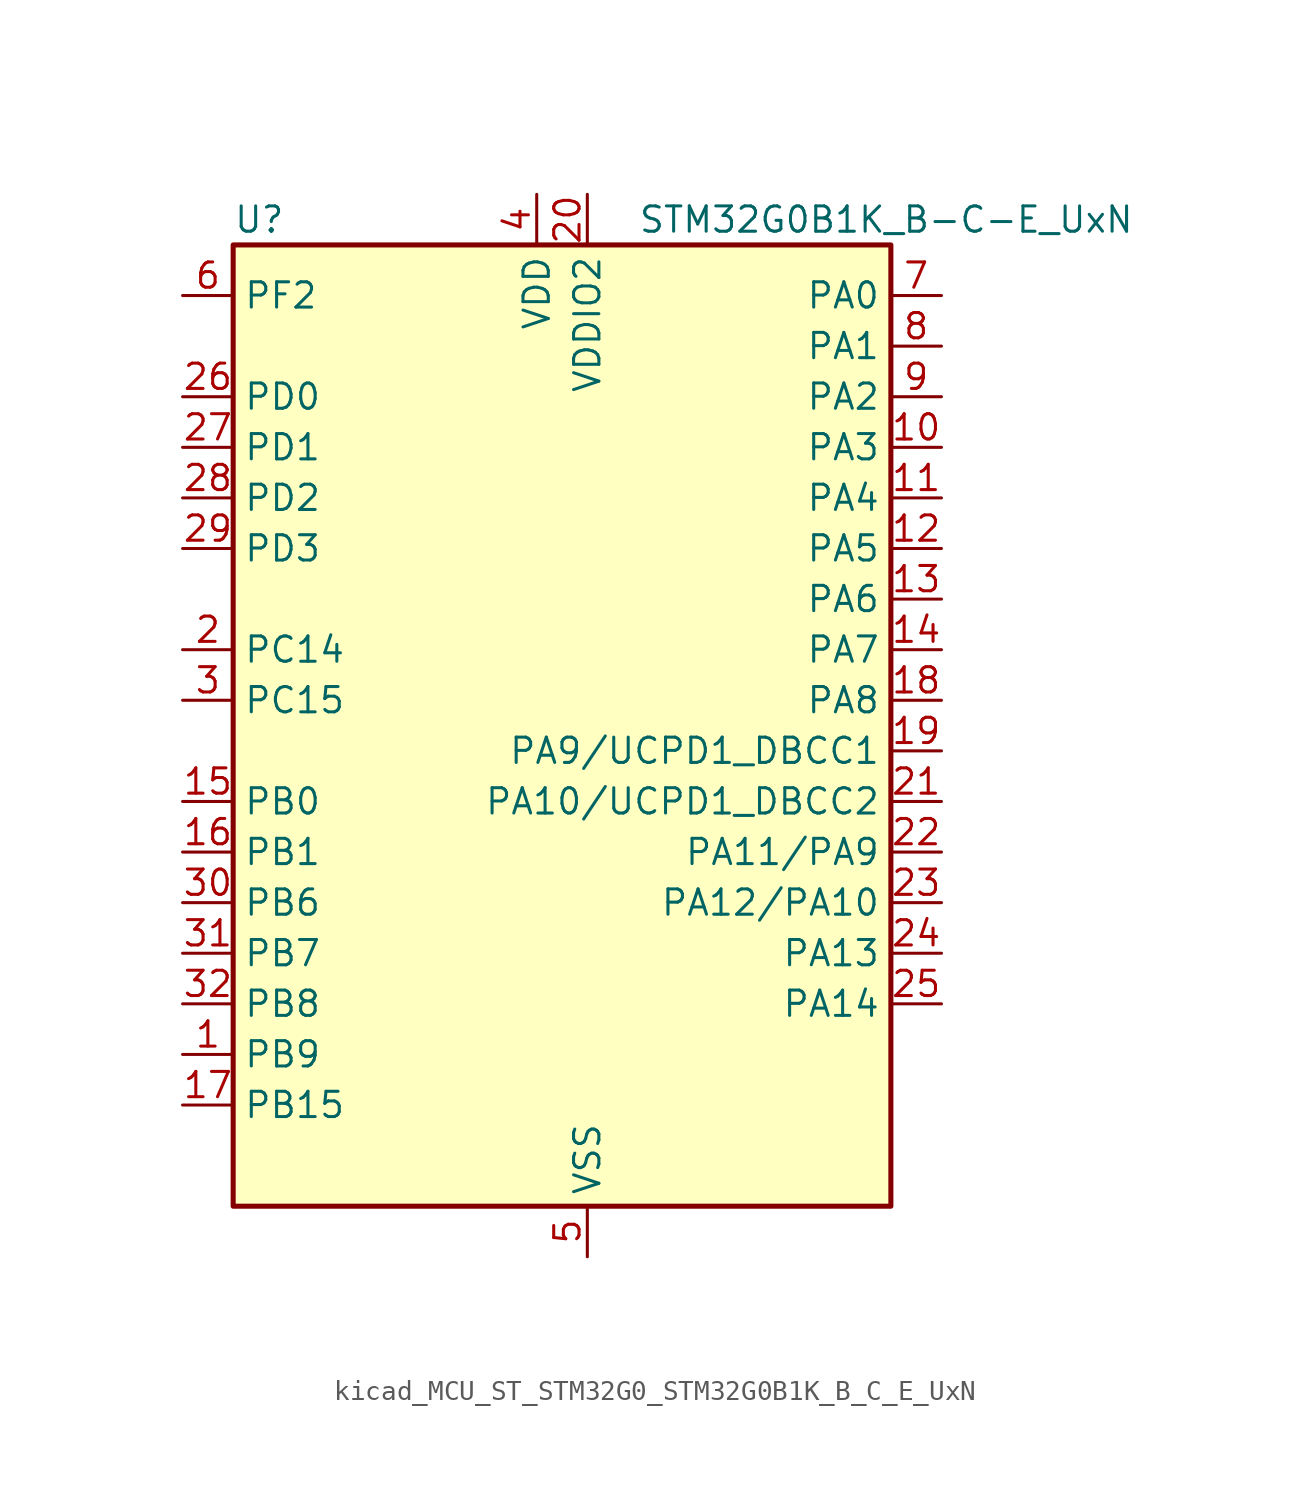
<source format=kicad_sym>
(kicad_symbol_lib
  (version 20220914)
  (generator kicad_symbol_editor)
  (symbol "kicad_MCU_ST_STM32G0_STM32G0B1K_B_C_E_UxN"
    (property "Reference" "U"
      (at -15.24 26.67 0)
      (effects (font (size 1.27 1.27)) (justify left)))
    (property "Value" "STM32G0B1K_B-C-E_UxN"
      (at 5.08 26.67 0)
      (effects (font (size 1.27 1.27)) (justify left)))
    (property "ki_locked" ""
      (at 0 0 0)
      (effects (font (size 1.27 1.27))))
    (symbol "kicad_MCU_ST_STM32G0_STM32G0B1K_B_C_E_UxN_0_1"
      (rectangle (start -15.24 -22.86) (end 17.78 25.4) (stroke (width 0.254) (type default)) (fill (type background))))
    (symbol "kicad_MCU_ST_STM32G0_STM32G0B1K_B_C_E_UxN_1_1"
      (pin bidirectional line (at -17.78 -15.24 0) (length 2.54) (name "PB9" (effects (font (size 1.27 1.27)))) (number "1" (effects (font (size 1.27 1.27)))) (alternate "DAC1_EXTI9" bidirectional line) (alternate "FDCAN1_TX" bidirectional line) (alternate "I2C1_SDA" bidirectional line) (alternate "I2S2_WS" bidirectional line) (alternate "IR_OUT" bidirectional line) (alternate "SPI2_NSS" bidirectional line) (alternate "TIM17_CH1" bidirectional line) (alternate "TIM4_CH4" bidirectional line) (alternate "UCPD2_FRSTX1" bidirectional line) (alternate "UCPD2_FRSTX2" bidirectional line) (alternate "USART3_RX" bidirectional line) (alternate "USART6_RX" bidirectional line))
      (pin bidirectional line (at 20.32 15.24 180) (length 2.54) (name "PA3" (effects (font (size 1.27 1.27)))) (number "10" (effects (font (size 1.27 1.27)))) (alternate "ADC1_IN3" bidirectional line) (alternate "COMP2_INP" bidirectional line) (alternate "I2S2_MCK" bidirectional line) (alternate "LPUART1_RX" bidirectional line) (alternate "SPI2_MISO" bidirectional line) (alternate "TIM15_CH2" bidirectional line) (alternate "TIM2_CH4" bidirectional line) (alternate "UCPD2_FRSTX1" bidirectional line) (alternate "UCPD2_FRSTX2" bidirectional line) (alternate "USART2_RX" bidirectional line))
      (pin bidirectional line (at 20.32 12.7 180) (length 2.54) (name "PA4" (effects (font (size 1.27 1.27)))) (number "11" (effects (font (size 1.27 1.27)))) (alternate "ADC1_IN4" bidirectional line) (alternate "DAC1_OUT1" bidirectional line) (alternate "I2S1_WS" bidirectional line) (alternate "I2S2_SD" bidirectional line) (alternate "LPTIM2_OUT" bidirectional line) (alternate "RTC_OUT1" bidirectional line) (alternate "RTC_TAMP_IN1" bidirectional line) (alternate "RTC_TS" bidirectional line) (alternate "SPI1_NSS" bidirectional line) (alternate "SPI2_MOSI" bidirectional line) (alternate "SYS_WKUP2" bidirectional line) (alternate "TIM14_CH1" bidirectional line) (alternate "UCPD2_FRSTX1" bidirectional line) (alternate "UCPD2_FRSTX2" bidirectional line) (alternate "USART6_TX" bidirectional line) (alternate "USB_NOE" bidirectional line))
      (pin bidirectional line (at 20.32 10.16 180) (length 2.54) (name "PA5" (effects (font (size 1.27 1.27)))) (number "12" (effects (font (size 1.27 1.27)))) (alternate "ADC1_IN5" bidirectional line) (alternate "CEC" bidirectional line) (alternate "DAC1_OUT2" bidirectional line) (alternate "I2S1_CK" bidirectional line) (alternate "LPTIM2_ETR" bidirectional line) (alternate "SPI1_SCK" bidirectional line) (alternate "TIM2_CH1" bidirectional line) (alternate "TIM2_ETR" bidirectional line) (alternate "UCPD1_FRSTX1" bidirectional line) (alternate "UCPD1_FRSTX2" bidirectional line) (alternate "USART3_TX" bidirectional line) (alternate "USART6_RX" bidirectional line))
      (pin bidirectional line (at 20.32 7.62 180) (length 2.54) (name "PA6" (effects (font (size 1.27 1.27)))) (number "13" (effects (font (size 1.27 1.27)))) (alternate "ADC1_IN6" bidirectional line) (alternate "COMP1_OUT" bidirectional line) (alternate "I2C2_SDA" bidirectional line) (alternate "I2C3_SDA" bidirectional line) (alternate "I2S1_MCK" bidirectional line) (alternate "LPUART1_CTS" bidirectional line) (alternate "SPI1_MISO" bidirectional line) (alternate "TIM16_CH1" bidirectional line) (alternate "TIM1_BK" bidirectional line) (alternate "TIM3_CH1" bidirectional line) (alternate "USART3_CTS" bidirectional line) (alternate "USART3_NSS" bidirectional line) (alternate "USART6_CTS" bidirectional line) (alternate "USART6_NSS" bidirectional line))
      (pin bidirectional line (at 20.32 5.08 180) (length 2.54) (name "PA7" (effects (font (size 1.27 1.27)))) (number "14" (effects (font (size 1.27 1.27)))) (alternate "ADC1_IN7" bidirectional line) (alternate "COMP2_OUT" bidirectional line) (alternate "I2C2_SCL" bidirectional line) (alternate "I2C3_SCL" bidirectional line) (alternate "I2S1_SD" bidirectional line) (alternate "SPI1_MOSI" bidirectional line) (alternate "TIM14_CH1" bidirectional line) (alternate "TIM17_CH1" bidirectional line) (alternate "TIM1_CH1N" bidirectional line) (alternate "TIM3_CH2" bidirectional line) (alternate "UCPD1_FRSTX1" bidirectional line) (alternate "UCPD1_FRSTX2" bidirectional line) (alternate "USART6_CK" bidirectional line) (alternate "USART6_DE" bidirectional line) (alternate "USART6_RTS" bidirectional line))
      (pin bidirectional line (at -17.78 -2.54 0) (length 2.54) (name "PB0" (effects (font (size 1.27 1.27)))) (number "15" (effects (font (size 1.27 1.27)))) (alternate "ADC1_IN8" bidirectional line) (alternate "COMP1_OUT" bidirectional line) (alternate "COMP3_INP" bidirectional line) (alternate "FDCAN2_RX" bidirectional line) (alternate "I2S1_WS" bidirectional line) (alternate "LPTIM1_OUT" bidirectional line) (alternate "LPUART2_CTS" bidirectional line) (alternate "SPI1_NSS" bidirectional line) (alternate "TIM1_CH2N" bidirectional line) (alternate "TIM3_CH3" bidirectional line) (alternate "UCPD1_FRSTX1" bidirectional line) (alternate "UCPD1_FRSTX2" bidirectional line) (alternate "USART3_RX" bidirectional line) (alternate "USART5_TX" bidirectional line))
      (pin bidirectional line (at -17.78 -5.08 0) (length 2.54) (name "PB1" (effects (font (size 1.27 1.27)))) (number "16" (effects (font (size 1.27 1.27)))) (alternate "ADC1_IN9" bidirectional line) (alternate "COMP1_INM" bidirectional line) (alternate "COMP3_OUT" bidirectional line) (alternate "FDCAN2_TX" bidirectional line) (alternate "LPTIM2_IN1" bidirectional line) (alternate "LPUART1_DE" bidirectional line) (alternate "LPUART1_RTS" bidirectional line) (alternate "LPUART2_DE" bidirectional line) (alternate "LPUART2_RTS" bidirectional line) (alternate "TIM14_CH1" bidirectional line) (alternate "TIM1_CH3N" bidirectional line) (alternate "TIM3_CH4" bidirectional line) (alternate "USART3_CK" bidirectional line) (alternate "USART3_DE" bidirectional line) (alternate "USART3_RTS" bidirectional line) (alternate "USART5_RX" bidirectional line))
      (pin bidirectional line (at -17.78 -17.78 0) (length 2.54) (name "PB15" (effects (font (size 1.27 1.27)))) (number "17" (effects (font (size 1.27 1.27)))) (alternate "I2S2_SD" bidirectional line) (alternate "RTC_REFIN" bidirectional line) (alternate "SPI2_MOSI" bidirectional line) (alternate "TIM15_CH1N" bidirectional line) (alternate "TIM15_CH2" bidirectional line) (alternate "TIM1_CH3N" bidirectional line) (alternate "UCPD1_CC2" bidirectional line) (alternate "USART6_CTS" bidirectional line) (alternate "USART6_NSS" bidirectional line))
      (pin bidirectional line (at 20.32 2.54 180) (length 2.54) (name "PA8" (effects (font (size 1.27 1.27)))) (number "18" (effects (font (size 1.27 1.27)))) (alternate "CRS1_SYNC" bidirectional line) (alternate "I2C2_SMBA" bidirectional line) (alternate "I2S2_WS" bidirectional line) (alternate "LPTIM2_OUT" bidirectional line) (alternate "RCC_MCO" bidirectional line) (alternate "SPI2_NSS" bidirectional line) (alternate "TIM1_CH1" bidirectional line) (alternate "UCPD1_CC1" bidirectional line))
      (pin bidirectional line (at 20.32 0 180) (length 2.54) (name "PA9/UCPD1_DBCC1" (effects (font (size 1.27 1.27)))) (number "19" (effects (font (size 1.27 1.27)))) (alternate "DAC1_EXTI9" bidirectional line) (alternate "I2C1_SCL" bidirectional line) (alternate "I2C2_SCL" bidirectional line) (alternate "I2S2_MCK" bidirectional line) (alternate "RCC_MCO" bidirectional line) (alternate "SPI2_MISO" bidirectional line) (alternate "TIM15_BK" bidirectional line) (alternate "TIM1_CH2" bidirectional line) (alternate "UCPD1_DBCC1" bidirectional line) (alternate "USART1_TX" bidirectional line))
      (pin bidirectional line (at -17.78 5.08 0) (length 2.54) (name "PC14" (effects (font (size 1.27 1.27)))) (number "2" (effects (font (size 1.27 1.27)))) (alternate "RCC_OSC32_IN" bidirectional line) (alternate "RCC_OSC_IN" bidirectional line) (alternate "TIM1_BK2" bidirectional line))
      (pin power_in line (at 2.54 27.94 270) (length 2.54) (name "VDDIO2" (effects (font (size 1.27 1.27)))) (number "20" (effects (font (size 1.27 1.27)))))
      (pin bidirectional line (at 20.32 -2.54 180) (length 2.54) (name "PA10/UCPD1_DBCC2" (effects (font (size 1.27 1.27)))) (number "21" (effects (font (size 1.27 1.27)))) (alternate "I2C1_SDA" bidirectional line) (alternate "I2C2_SDA" bidirectional line) (alternate "I2S2_SD" bidirectional line) (alternate "RCC_MCO_2" bidirectional line) (alternate "SPI2_MOSI" bidirectional line) (alternate "TIM17_BK" bidirectional line) (alternate "TIM1_CH3" bidirectional line) (alternate "UCPD1_DBCC2" bidirectional line) (alternate "USART1_RX" bidirectional line))
      (pin bidirectional line (at 20.32 -5.08 180) (length 2.54) (name "PA11/PA9" (effects (font (size 1.27 1.27)))) (number "22" (effects (font (size 1.27 1.27)))) (alternate "ADC1_EXTI11" bidirectional line) (alternate "COMP1_OUT" bidirectional line) (alternate "FDCAN1_RX" bidirectional line) (alternate "I2C2_SCL" bidirectional line) (alternate "I2S1_MCK" bidirectional line) (alternate "SPI1_MISO" bidirectional line) (alternate "TIM1_BK2" bidirectional line) (alternate "TIM1_CH4" bidirectional line) (alternate "USART1_CTS" bidirectional line) (alternate "USART1_NSS" bidirectional line) (alternate "USB_DM" bidirectional line))
      (pin bidirectional line (at 20.32 -7.62 180) (length 2.54) (name "PA12/PA10" (effects (font (size 1.27 1.27)))) (number "23" (effects (font (size 1.27 1.27)))) (alternate "COMP2_OUT" bidirectional line) (alternate "FDCAN1_TX" bidirectional line) (alternate "I2C2_SDA" bidirectional line) (alternate "I2S1_SD" bidirectional line) (alternate "I2S_CKIN" bidirectional line) (alternate "SPI1_MOSI" bidirectional line) (alternate "TIM1_ETR" bidirectional line) (alternate "USART1_CK" bidirectional line) (alternate "USART1_DE" bidirectional line) (alternate "USART1_RTS" bidirectional line) (alternate "USB_DP" bidirectional line))
      (pin bidirectional line (at 20.32 -10.16 180) (length 2.54) (name "PA13" (effects (font (size 1.27 1.27)))) (number "24" (effects (font (size 1.27 1.27)))) (alternate "IR_OUT" bidirectional line) (alternate "LPUART2_RX" bidirectional line) (alternate "SYS_SWDIO" bidirectional line) (alternate "USB_NOE" bidirectional line))
      (pin bidirectional line (at 20.32 -12.7 180) (length 2.54) (name "PA14" (effects (font (size 1.27 1.27)))) (number "25" (effects (font (size 1.27 1.27)))) (alternate "LPUART2_TX" bidirectional line) (alternate "SYS_SWCLK" bidirectional line) (alternate "USART2_TX" bidirectional line))
      (pin bidirectional line (at -17.78 17.78 0) (length 2.54) (name "PD0" (effects (font (size 1.27 1.27)))) (number "26" (effects (font (size 1.27 1.27)))) (alternate "FDCAN1_RX" bidirectional line) (alternate "I2S2_WS" bidirectional line) (alternate "SPI2_NSS" bidirectional line) (alternate "TIM16_CH1" bidirectional line) (alternate "UCPD2_CC1" bidirectional line))
      (pin bidirectional line (at -17.78 15.24 0) (length 2.54) (name "PD1" (effects (font (size 1.27 1.27)))) (number "27" (effects (font (size 1.27 1.27)))) (alternate "FDCAN1_TX" bidirectional line) (alternate "I2S2_CK" bidirectional line) (alternate "SPI2_SCK" bidirectional line) (alternate "TIM17_CH1" bidirectional line) (alternate "UCPD2_DBCC1" bidirectional line))
      (pin bidirectional line (at -17.78 12.7 0) (length 2.54) (name "PD2" (effects (font (size 1.27 1.27)))) (number "28" (effects (font (size 1.27 1.27)))) (alternate "TIM1_CH1N" bidirectional line) (alternate "TIM3_ETR" bidirectional line) (alternate "UCPD2_CC2" bidirectional line) (alternate "USART3_CK" bidirectional line) (alternate "USART3_DE" bidirectional line) (alternate "USART3_RTS" bidirectional line) (alternate "USART5_RX" bidirectional line))
      (pin bidirectional line (at -17.78 10.16 0) (length 2.54) (name "PD3" (effects (font (size 1.27 1.27)))) (number "29" (effects (font (size 1.27 1.27)))) (alternate "I2S2_MCK" bidirectional line) (alternate "SPI2_MISO" bidirectional line) (alternate "TIM1_CH2N" bidirectional line) (alternate "UCPD2_DBCC2" bidirectional line) (alternate "USART2_CTS" bidirectional line) (alternate "USART2_NSS" bidirectional line) (alternate "USART5_TX" bidirectional line))
      (pin bidirectional line (at -17.78 2.54 0) (length 2.54) (name "PC15" (effects (font (size 1.27 1.27)))) (number "3" (effects (font (size 1.27 1.27)))) (alternate "RCC_OSC32_EN" bidirectional line) (alternate "RCC_OSC32_OUT" bidirectional line) (alternate "RCC_OSC_EN" bidirectional line) (alternate "TIM15_BK" bidirectional line))
      (pin bidirectional line (at -17.78 -7.62 0) (length 2.54) (name "PB6" (effects (font (size 1.27 1.27)))) (number "30" (effects (font (size 1.27 1.27)))) (alternate "COMP2_INP" bidirectional line) (alternate "FDCAN2_TX" bidirectional line) (alternate "I2C1_SCL" bidirectional line) (alternate "I2S2_MCK" bidirectional line) (alternate "LPTIM1_ETR" bidirectional line) (alternate "LPUART2_TX" bidirectional line) (alternate "SPI2_MISO" bidirectional line) (alternate "TIM16_CH1N" bidirectional line) (alternate "TIM1_CH3" bidirectional line) (alternate "TIM4_CH1" bidirectional line) (alternate "USART1_TX" bidirectional line) (alternate "USART5_CTS" bidirectional line) (alternate "USART5_NSS" bidirectional line))
      (pin bidirectional line (at -17.78 -10.16 0) (length 2.54) (name "PB7" (effects (font (size 1.27 1.27)))) (number "31" (effects (font (size 1.27 1.27)))) (alternate "COMP2_INM" bidirectional line) (alternate "I2C1_SDA" bidirectional line) (alternate "I2S2_SD" bidirectional line) (alternate "LPTIM1_IN2" bidirectional line) (alternate "LPUART2_RX" bidirectional line) (alternate "SPI2_MOSI" bidirectional line) (alternate "SYS_PVD_IN" bidirectional line) (alternate "TIM17_CH1N" bidirectional line) (alternate "TIM4_CH2" bidirectional line) (alternate "USART1_RX" bidirectional line) (alternate "USART4_CTS" bidirectional line) (alternate "USART4_NSS" bidirectional line))
      (pin bidirectional line (at -17.78 -12.7 0) (length 2.54) (name "PB8" (effects (font (size 1.27 1.27)))) (number "32" (effects (font (size 1.27 1.27)))) (alternate "CEC" bidirectional line) (alternate "FDCAN1_RX" bidirectional line) (alternate "I2C1_SCL" bidirectional line) (alternate "I2S2_CK" bidirectional line) (alternate "SPI2_SCK" bidirectional line) (alternate "TIM15_BK" bidirectional line) (alternate "TIM16_CH1" bidirectional line) (alternate "TIM4_CH3" bidirectional line) (alternate "USART3_TX" bidirectional line) (alternate "USART6_TX" bidirectional line))
      (pin passive line (at 2.54 -25.4 90) (length 2.54) hide (name "VSS" (effects (font (size 1.27 1.27)))) (number "33" (effects (font (size 1.27 1.27)))))
      (pin power_in line (at 0 27.94 270) (length 2.54) (name "VDD" (effects (font (size 1.27 1.27)))) (number "4" (effects (font (size 1.27 1.27)))))
      (pin power_in line (at 2.54 -25.4 90) (length 2.54) (name "VSS" (effects (font (size 1.27 1.27)))) (number "5" (effects (font (size 1.27 1.27)))))
      (pin bidirectional line (at -17.78 22.86 0) (length 2.54) (name "PF2" (effects (font (size 1.27 1.27)))) (number "6" (effects (font (size 1.27 1.27)))) (alternate "LPUART2_DE" bidirectional line) (alternate "LPUART2_RTS" bidirectional line) (alternate "LPUART2_TX" bidirectional line) (alternate "RCC_MCO" bidirectional line))
      (pin bidirectional line (at 20.32 22.86 180) (length 2.54) (name "PA0" (effects (font (size 1.27 1.27)))) (number "7" (effects (font (size 1.27 1.27)))) (alternate "ADC1_IN0" bidirectional line) (alternate "COMP1_INM" bidirectional line) (alternate "COMP1_OUT" bidirectional line) (alternate "I2S2_CK" bidirectional line) (alternate "LPTIM1_OUT" bidirectional line) (alternate "RTC_TAMP_IN2" bidirectional line) (alternate "SPI2_SCK" bidirectional line) (alternate "SYS_WKUP1" bidirectional line) (alternate "TIM2_CH1" bidirectional line) (alternate "TIM2_ETR" bidirectional line) (alternate "UCPD2_FRSTX1" bidirectional line) (alternate "UCPD2_FRSTX2" bidirectional line) (alternate "USART2_CTS" bidirectional line) (alternate "USART2_NSS" bidirectional line) (alternate "USART4_TX" bidirectional line))
      (pin bidirectional line (at 20.32 20.32 180) (length 2.54) (name "PA1" (effects (font (size 1.27 1.27)))) (number "8" (effects (font (size 1.27 1.27)))) (alternate "ADC1_IN1" bidirectional line) (alternate "COMP1_INP" bidirectional line) (alternate "I2C1_SMBA" bidirectional line) (alternate "I2S1_CK" bidirectional line) (alternate "SPI1_SCK" bidirectional line) (alternate "TIM15_CH1N" bidirectional line) (alternate "TIM2_CH2" bidirectional line) (alternate "USART2_CK" bidirectional line) (alternate "USART2_DE" bidirectional line) (alternate "USART2_RTS" bidirectional line) (alternate "USART4_RX" bidirectional line))
      (pin bidirectional line (at 20.32 17.78 180) (length 2.54) (name "PA2" (effects (font (size 1.27 1.27)))) (number "9" (effects (font (size 1.27 1.27)))) (alternate "ADC1_IN2" bidirectional line) (alternate "COMP2_INM" bidirectional line) (alternate "COMP2_OUT" bidirectional line) (alternate "I2S1_SD" bidirectional line) (alternate "LPUART1_TX" bidirectional line) (alternate "RCC_LSCO" bidirectional line) (alternate "SPI1_MOSI" bidirectional line) (alternate "SYS_WKUP4" bidirectional line) (alternate "TIM15_CH1" bidirectional line) (alternate "TIM2_CH3" bidirectional line) (alternate "UCPD1_FRSTX1" bidirectional line) (alternate "UCPD1_FRSTX2" bidirectional line) (alternate "USART2_TX" bidirectional line)))))
</source>
